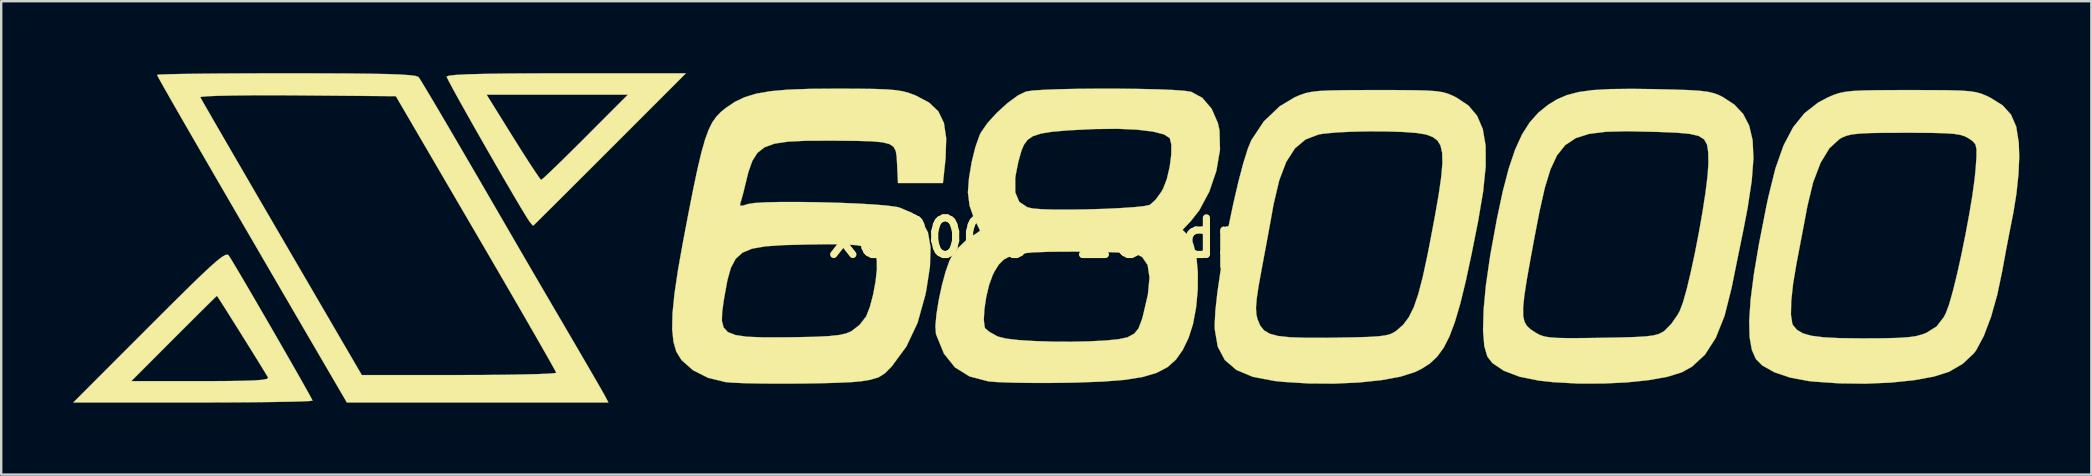
<source format=kicad_pcb>
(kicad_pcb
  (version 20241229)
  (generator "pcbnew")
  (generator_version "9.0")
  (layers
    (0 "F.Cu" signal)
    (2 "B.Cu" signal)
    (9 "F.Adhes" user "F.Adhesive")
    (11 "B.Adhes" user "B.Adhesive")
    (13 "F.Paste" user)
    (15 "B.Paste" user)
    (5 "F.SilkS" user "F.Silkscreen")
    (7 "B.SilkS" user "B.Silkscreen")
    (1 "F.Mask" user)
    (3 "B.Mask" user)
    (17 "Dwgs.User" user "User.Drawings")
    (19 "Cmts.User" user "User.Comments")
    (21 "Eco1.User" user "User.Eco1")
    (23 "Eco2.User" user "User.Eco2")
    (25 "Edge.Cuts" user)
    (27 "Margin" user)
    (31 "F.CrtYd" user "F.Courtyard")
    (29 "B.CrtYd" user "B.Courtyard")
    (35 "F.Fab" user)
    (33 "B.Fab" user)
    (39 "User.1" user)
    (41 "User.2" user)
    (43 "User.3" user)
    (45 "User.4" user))
  (footprint "x68000-200dpi"
    (layer "F.Cu")
    (at 40.58 6.863)
    (property "Reference" "x68000-200dpi" (at 0 0 0) (layer "F.SilkS") (effects (font (size 1.524 1.524) (thickness 0.3))))
    (attr through_hole)
    (fp_poly (pts (xy -18.224 -3.683) (xy -18.96 -2.948) (xy -19.636 -2.273) (xy -20.232 -1.678) (xy -20.729 -1.184) (xy -21.105 -0.811) (xy -21.34 -0.579) (xy -21.415 -0.508) (xy -21.494 -0.592) (xy -21.555 -0.667) (xy -21.678 -0.854) (xy -21.899 -1.217) (xy -22.197 -1.719) (xy -22.551 -2.325) (xy -22.942 -3) (xy -23.35 -3.709) (xy -23.754 -4.417) (xy -24.134 -5.089) (xy -24.471 -5.689) (xy -24.625 -5.969) (xy -23.354 -5.969) (xy -22.25 -4.193) (xy -21.877 -3.6) (xy -21.551 -3.091) (xy -21.293 -2.702) (xy -21.128 -2.467) (xy -21.08 -2.415) (xy -20.975 -2.5) (xy -20.719 -2.739) (xy -20.34 -3.103) (xy -19.868 -3.567) (xy -19.329 -4.102) (xy -19.241 -4.191) (xy -17.466 -5.969) (xy -20.41 -5.969) (xy -23.354 -5.969) (xy -24.625 -5.969) (xy -24.743 -6.183) (xy -24.932 -6.535) (xy -25.016 -6.71) (xy -25.019 -6.721) (xy -24.921 -6.759) (xy -24.623 -6.791) (xy -24.113 -6.817) (xy -23.385 -6.836) (xy -22.428 -6.849) (xy -21.234 -6.856) (xy -20.035 -6.858) (xy -15.051 -6.858) (xy -18.224 -3.683)) (stroke (width 0.01) (type solid)) (fill yes) (layer "F.SilkS"))
    (fp_poly (pts (xy -34.096 0.737) (xy -33.967 0.945) (xy -33.741 1.322) (xy -33.44 1.833) (xy -33.082 2.445) (xy -32.689 3.121) (xy -32.279 3.829) (xy -31.874 4.532) (xy -31.493 5.196) (xy -31.156 5.787) (xy -30.883 6.27) (xy -30.694 6.61) (xy -30.61 6.772) (xy -30.607 6.78) (xy -30.729 6.797) (xy -31.079 6.813) (xy -31.628 6.827) (xy -32.349 6.839) (xy -33.217 6.849) (xy -34.202 6.855) (xy -35.278 6.858) (xy -35.591 6.858) (xy -40.575 6.858) (xy -39.686 5.969) (xy -38.16 5.969) (xy -35.265 5.969) (xy -34.304 5.966) (xy -33.573 5.957) (xy -33.046 5.94) (xy -32.701 5.914) (xy -32.513 5.877) (xy -32.457 5.828) (xy -32.463 5.81) (xy -32.603 5.578) (xy -32.831 5.207) (xy -33.12 4.741) (xy -33.443 4.224) (xy -33.771 3.7) (xy -34.078 3.212) (xy -34.334 2.806) (xy -34.514 2.525) (xy -34.589 2.413) (xy -34.59 2.413) (xy -34.682 2.498) (xy -34.925 2.737) (xy -35.293 3.101) (xy -35.758 3.564) (xy -36.293 4.098) (xy -36.386 4.191) (xy -38.16 5.969) (xy -39.686 5.969) (xy -37.408 3.689) (xy -36.561 2.844) (xy -35.874 2.164) (xy -35.33 1.635) (xy -34.911 1.24) (xy -34.601 0.965) (xy -34.381 0.794) (xy -34.234 0.711) (xy -34.143 0.7) (xy -34.096 0.737)) (stroke (width 0.01) (type solid)) (fill yes) (layer "F.SilkS"))
    (fp_poly (pts (xy -30.319 -6.856) (xy -29.171 -6.851) (xy -28.241 -6.841) (xy -27.509 -6.827) (xy -26.958 -6.807) (xy -26.569 -6.781) (xy -26.323 -6.75) (xy -26.202 -6.711) (xy -26.189 -6.699) (xy -26.085 -6.541) (xy -25.863 -6.174) (xy -25.528 -5.612) (xy -25.089 -4.867) (xy -24.552 -3.951) (xy -23.926 -2.878) (xy -23.217 -1.658) (xy -22.432 -0.306) (xy -22.255 0) (xy -21.978 0.477) (xy -21.604 1.12) (xy -21.163 1.876) (xy -20.687 2.691) (xy -20.205 3.513) (xy -20.069 3.747) (xy -19.636 4.487) (xy -19.239 5.167) (xy -18.899 5.753) (xy -18.636 6.208) (xy -18.471 6.498) (xy -18.43 6.572) (xy -18.279 6.858) (xy -29.176 6.858) (xy -30.862 3.969) (xy -32.002 2.013) (xy -33.033 0.242) (xy -33.952 -1.338) (xy -34.758 -2.725) (xy -35.447 -3.916) (xy -36.019 -4.906) (xy -36.47 -5.692) (xy -36.568 -5.864) (xy -35.285 -5.864) (xy -35.215 -5.736) (xy -35.028 -5.41) (xy -34.738 -4.906) (xy -34.356 -4.246) (xy -33.894 -3.449) (xy -33.364 -2.537) (xy -32.779 -1.53) (xy -32.15 -0.45) (xy -31.899 -0.02) (xy -28.555 5.715) (xy -24.501 5.715) (xy -23.516 5.712) (xy -22.617 5.704) (xy -21.835 5.691) (xy -21.2 5.675) (xy -20.742 5.655) (xy -20.491 5.633) (xy -20.452 5.62) (xy -20.515 5.495) (xy -20.695 5.172) (xy -20.979 4.671) (xy -21.356 4.013) (xy -21.813 3.219) (xy -22.339 2.31) (xy -22.922 1.307) (xy -23.55 0.23) (xy -23.796 -0.191) (xy -27.135 -5.905) (xy -31.232 -5.939) (xy -32.22 -5.944) (xy -33.12 -5.942) (xy -33.903 -5.934) (xy -34.537 -5.921) (xy -34.995 -5.902) (xy -35.246 -5.88) (xy -35.285 -5.864) (xy -36.568 -5.864) (xy -36.8 -6.27) (xy -37.005 -6.637) (xy -37.083 -6.789) (xy -37.084 -6.792) (xy -36.961 -6.806) (xy -36.611 -6.819) (xy -36.059 -6.831) (xy -35.331 -6.841) (xy -34.453 -6.849) (xy -33.452 -6.854) (xy -32.354 -6.858) (xy -31.702 -6.858) (xy -30.319 -6.856)) (stroke (width 0.01) (type solid)) (fill yes) (layer "F.SilkS"))
    (fp_poly (pts (xy 25.254 -6.2) (xy 26.102 -6.181) (xy 26.738 -6.159) (xy 27.205 -6.129) (xy 27.546 -6.086) (xy 27.801 -6.025) (xy 28.015 -5.942) (xy 28.15 -5.874) (xy 28.638 -5.556) (xy 29.007 -5.164) (xy 29.26 -4.675) (xy 29.401 -4.065) (xy 29.435 -3.308) (xy 29.364 -2.38) (xy 29.194 -1.258) (xy 29.025 -0.38) (xy 28.881 0.328) (xy 28.735 1.042) (xy 28.607 1.676) (xy 28.522 2.095) (xy 28.233 3.243) (xy 27.867 4.162) (xy 27.416 4.865) (xy 26.871 5.368) (xy 26.442 5.604) (xy 25.856 5.786) (xy 25.074 5.926) (xy 24.151 6.022) (xy 23.142 6.07) (xy 22.101 6.068) (xy 21.083 6.011) (xy 20.514 5.95) (xy 19.699 5.788) (xy 19.035 5.537) (xy 18.557 5.215) (xy 18.348 4.946) (xy 18.22 4.509) (xy 18.168 3.852) (xy 18.191 3) (xy 18.2 2.903) (xy 19.838 2.903) (xy 19.84 3.244) (xy 19.892 3.488) (xy 19.992 3.665) (xy 20.143 3.805) (xy 20.343 3.939) (xy 20.355 3.946) (xy 20.519 4.037) (xy 20.703 4.102) (xy 20.946 4.145) (xy 21.29 4.169) (xy 21.777 4.178) (xy 22.447 4.173) (xy 23.073 4.164) (xy 23.903 4.149) (xy 24.518 4.13) (xy 24.959 4.103) (xy 25.267 4.064) (xy 25.481 4.007) (xy 25.64 3.929) (xy 25.737 3.863) (xy 26.012 3.583) (xy 26.283 3.193) (xy 26.368 3.037) (xy 26.502 2.679) (xy 26.659 2.12) (xy 26.828 1.412) (xy 27 0.607) (xy 27.165 -0.243) (xy 27.314 -1.089) (xy 27.435 -1.876) (xy 27.52 -2.555) (xy 27.558 -3.074) (xy 27.559 -3.154) (xy 27.55 -3.578) (xy 27.502 -3.889) (xy 27.379 -4.107) (xy 27.148 -4.25) (xy 26.774 -4.336) (xy 26.223 -4.385) (xy 25.461 -4.416) (xy 25.24 -4.422) (xy 24.164 -4.444) (xy 23.288 -4.422) (xy 22.585 -4.334) (xy 22.029 -4.157) (xy 21.592 -3.866) (xy 21.249 -3.438) (xy 20.974 -2.849) (xy 20.739 -2.077) (xy 20.519 -1.098) (xy 20.315 -0.044) (xy 20.124 0.991) (xy 19.98 1.807) (xy 19.885 2.434) (xy 19.838 2.903) (xy 18.2 2.903) (xy 18.287 1.974) (xy 18.457 0.799) (xy 18.493 0.588) (xy 18.746 -0.794) (xy 18.992 -1.949) (xy 19.242 -2.903) (xy 19.504 -3.68) (xy 19.791 -4.308) (xy 20.111 -4.813) (xy 20.474 -5.219) (xy 20.881 -5.547) (xy 21.259 -5.778) (xy 21.668 -5.952) (xy 22.145 -6.077) (xy 22.73 -6.158) (xy 23.461 -6.201) (xy 24.376 -6.211) (xy 25.254 -6.2)) (stroke (width 0.01) (type solid)) (fill yes) (layer "F.SilkS"))
    (fp_poly (pts (xy 14.622 -6.159) (xy 15.311 -6.153) (xy 15.823 -6.14) (xy 16.198 -6.114) (xy 16.476 -6.073) (xy 16.696 -6.013) (xy 16.895 -5.929) (xy 17.076 -5.839) (xy 17.562 -5.513) (xy 17.921 -5.086) (xy 18.157 -4.536) (xy 18.275 -3.84) (xy 18.278 -2.978) (xy 18.171 -1.928) (xy 17.966 -0.718) (xy 17.694 0.653) (xy 17.449 1.796) (xy 17.22 2.736) (xy 16.996 3.497) (xy 16.769 4.102) (xy 16.528 4.576) (xy 16.262 4.942) (xy 15.963 5.225) (xy 15.619 5.448) (xy 15.33 5.59) (xy 14.734 5.78) (xy 13.941 5.926) (xy 13.002 6.025) (xy 11.971 6.072) (xy 10.901 6.065) (xy 9.844 5.999) (xy 9.486 5.962) (xy 8.579 5.791) (xy 7.892 5.504) (xy 7.407 5.088) (xy 7.112 4.53) (xy 6.99 3.815) (xy 6.985 3.61) (xy 7.015 3.031) (xy 7.027 2.922) (xy 8.706 2.922) (xy 8.724 3.196) (xy 8.773 3.396) (xy 8.883 3.656) (xy 9.04 3.852) (xy 9.277 3.993) (xy 9.628 4.087) (xy 10.124 4.141) (xy 10.8 4.163) (xy 11.687 4.162) (xy 11.961 4.158) (xy 12.778 4.145) (xy 13.381 4.127) (xy 13.813 4.1) (xy 14.112 4.06) (xy 14.322 4.002) (xy 14.481 3.92) (xy 14.564 3.862) (xy 14.841 3.617) (xy 15.075 3.305) (xy 15.28 2.892) (xy 15.47 2.343) (xy 15.657 1.623) (xy 15.856 0.698) (xy 15.934 0.303) (xy 16.154 -0.86) (xy 16.319 -1.8) (xy 16.426 -2.544) (xy 16.475 -3.116) (xy 16.465 -3.543) (xy 16.396 -3.849) (xy 16.266 -4.06) (xy 16.075 -4.202) (xy 15.822 -4.299) (xy 15.778 -4.312) (xy 15.414 -4.371) (xy 14.862 -4.413) (xy 14.185 -4.435) (xy 13.448 -4.44) (xy 12.715 -4.426) (xy 12.052 -4.394) (xy 11.522 -4.343) (xy 11.312 -4.308) (xy 10.774 -4.104) (xy 10.33 -3.731) (xy 9.968 -3.17) (xy 9.675 -2.401) (xy 9.44 -1.405) (xy 9.404 -1.206) (xy 9.318 -0.725) (xy 9.2 -0.08) (xy 9.066 0.643) (xy 8.939 1.321) (xy 8.81 2.035) (xy 8.734 2.552) (xy 8.706 2.922) (xy 7.027 2.922) (xy 7.097 2.281) (xy 7.224 1.41) (xy 7.384 0.464) (xy 7.569 -0.509) (xy 7.769 -1.46) (xy 7.975 -2.344) (xy 8.177 -3.112) (xy 8.366 -3.716) (xy 8.512 -4.07) (xy 9.032 -4.853) (xy 9.696 -5.486) (xy 10.32 -5.859) (xy 10.552 -5.958) (xy 10.776 -6.033) (xy 11.03 -6.087) (xy 11.354 -6.123) (xy 11.789 -6.144) (xy 12.374 -6.155) (xy 13.15 -6.159) (xy 13.719 -6.16) (xy 14.622 -6.159)) (stroke (width 0.01) (type solid)) (fill yes) (layer "F.SilkS"))
    (fp_poly (pts (xy 36.844 -6.158) (xy 37.533 -6.153) (xy 38.046 -6.139) (xy 38.423 -6.113) (xy 38.703 -6.072) (xy 38.926 -6.011) (xy 39.131 -5.927) (xy 39.306 -5.842) (xy 39.816 -5.525) (xy 40.168 -5.137) (xy 40.386 -4.634) (xy 40.491 -3.966) (xy 40.511 -3.385) (xy 40.48 -2.668) (xy 40.394 -1.847) (xy 40.268 -1.061) (xy 40.253 -0.987) (xy 40.115 -0.291) (xy 39.97 0.462) (xy 39.845 1.141) (xy 39.809 1.344) (xy 39.594 2.372) (xy 39.332 3.299) (xy 39.037 4.079) (xy 38.725 4.665) (xy 38.626 4.803) (xy 38.158 5.245) (xy 37.582 5.58) (xy 36.951 5.779) (xy 36.124 5.93) (xy 35.155 6.03) (xy 34.097 6.075) (xy 33.005 6.061) (xy 31.933 5.986) (xy 31.731 5.964) (xy 30.968 5.822) (xy 30.307 5.599) (xy 29.801 5.315) (xy 29.535 5.046) (xy 29.369 4.668) (xy 29.276 4.142) (xy 29.258 3.452) (xy 29.275 3.204) (xy 30.998 3.204) (xy 31.054 3.572) (xy 31.088 3.644) (xy 31.255 3.836) (xy 31.499 3.979) (xy 31.855 4.079) (xy 32.359 4.143) (xy 33.043 4.177) (xy 33.943 4.187) (xy 34.036 4.187) (xy 34.852 4.183) (xy 35.46 4.167) (xy 35.906 4.136) (xy 36.235 4.087) (xy 36.494 4.014) (xy 36.653 3.949) (xy 37.065 3.692) (xy 37.361 3.311) (xy 37.455 3.133) (xy 37.587 2.777) (xy 37.745 2.221) (xy 37.919 1.515) (xy 38.098 0.71) (xy 38.271 -0.143) (xy 38.429 -0.993) (xy 38.561 -1.789) (xy 38.655 -2.481) (xy 38.694 -2.875) (xy 38.729 -3.385) (xy 38.73 -3.705) (xy 38.684 -3.898) (xy 38.577 -4.027) (xy 38.409 -4.145) (xy 38.252 -4.23) (xy 38.056 -4.293) (xy 37.781 -4.336) (xy 37.387 -4.362) (xy 36.834 -4.376) (xy 36.081 -4.381) (xy 35.756 -4.381) (xy 34.925 -4.379) (xy 34.307 -4.369) (xy 33.86 -4.348) (xy 33.541 -4.312) (xy 33.309 -4.256) (xy 33.123 -4.178) (xy 33.027 -4.124) (xy 32.605 -3.742) (xy 32.233 -3.131) (xy 31.921 -2.315) (xy 31.685 -1.333) (xy 31.558 -0.659) (xy 31.409 0.124) (xy 31.266 0.873) (xy 31.23 1.061) (xy 31.087 1.913) (xy 31.009 2.639) (xy 30.998 3.204) (xy 29.275 3.204) (xy 29.316 2.586) (xy 29.451 1.527) (xy 29.664 0.261) (xy 29.956 -1.227) (xy 30.058 -1.714) (xy 30.352 -2.896) (xy 30.69 -3.853) (xy 31.089 -4.611) (xy 31.565 -5.199) (xy 32.135 -5.642) (xy 32.545 -5.859) (xy 32.777 -5.958) (xy 33.001 -6.033) (xy 33.255 -6.087) (xy 33.58 -6.123) (xy 34.015 -6.144) (xy 34.601 -6.155) (xy 35.377 -6.159) (xy 35.941 -6.16) (xy 36.844 -6.158)) (stroke (width 0.01) (type solid)) (fill yes) (layer "F.SilkS"))
    (fp_poly (pts (xy -7.887 -6.216) (xy -7.203 -6.207) (xy -6.69 -6.188) (xy -6.305 -6.156) (xy -6.007 -6.108) (xy -5.755 -6.039) (xy -5.506 -5.947) (xy -5.473 -5.933) (xy -4.917 -5.641) (xy -4.53 -5.272) (xy -4.297 -4.788) (xy -4.202 -4.152) (xy -4.228 -3.329) (xy -4.249 -3.119) (xy -4.338 -2.286) (xy -5.275 -2.286) (xy -6.211 -2.286) (xy -6.249 -3.075) (xy -6.266 -3.389) (xy -6.305 -3.626) (xy -6.397 -3.797) (xy -6.574 -3.913) (xy -6.869 -3.985) (xy -7.312 -4.025) (xy -7.937 -4.043) (xy -8.774 -4.05) (xy -9.061 -4.051) (xy -10.036 -4.048) (xy -10.79 -4.012) (xy -11.359 -3.927) (xy -11.774 -3.775) (xy -12.071 -3.541) (xy -12.283 -3.205) (xy -12.443 -2.752) (xy -12.562 -2.27) (xy -12.658 -1.874) (xy -12.746 -1.56) (xy -12.772 -1.484) (xy -12.797 -1.352) (xy -12.684 -1.341) (xy -12.462 -1.41) (xy -12.197 -1.454) (xy -11.725 -1.482) (xy -11.096 -1.496) (xy -10.355 -1.497) (xy -9.553 -1.486) (xy -8.735 -1.465) (xy -7.949 -1.434) (xy -7.244 -1.394) (xy -6.666 -1.346) (xy -6.265 -1.292) (xy -6.16 -1.268) (xy -5.608 -1.035) (xy -5.211 -0.696) (xy -4.962 -0.227) (xy -4.854 0.395) (xy -4.879 1.191) (xy -5.032 2.185) (xy -5.071 2.375) (xy -5.396 3.542) (xy -5.861 4.526) (xy -6.474 5.358) (xy -6.754 5.641) (xy -7.022 5.81) (xy -7.374 5.913) (xy -7.747 5.974) (xy -8.134 6.009) (xy -8.717 6.036) (xy -9.439 6.057) (xy -10.241 6.069) (xy -11.066 6.073) (xy -11.857 6.069) (xy -12.555 6.056) (xy -13.104 6.033) (xy -13.399 6.008) (xy -14.129 5.829) (xy -14.759 5.511) (xy -15.234 5.089) (xy -15.45 4.736) (xy -15.567 4.33) (xy -15.62 3.811) (xy -15.613 3.452) (xy -13.55 3.452) (xy -13.48 3.73) (xy -13.301 3.924) (xy -12.987 4.048) (xy -12.511 4.118) (xy -11.846 4.145) (xy -10.966 4.144) (xy -10.477 4.138) (xy -9.679 4.121) (xy -9.091 4.092) (xy -8.67 4.047) (xy -8.371 3.981) (xy -8.162 3.895) (xy -7.812 3.625) (xy -7.54 3.275) (xy -7.536 3.268) (xy -7.383 2.878) (xy -7.248 2.367) (xy -7.146 1.816) (xy -7.09 1.307) (xy -7.094 0.92) (xy -7.12 0.804) (xy -7.217 0.61) (xy -7.364 0.466) (xy -7.594 0.366) (xy -7.941 0.303) (xy -8.44 0.271) (xy -9.125 0.264) (xy -10.018 0.276) (xy -10.984 0.301) (xy -11.729 0.351) (xy -12.288 0.448) (xy -12.692 0.614) (xy -12.976 0.873) (xy -13.174 1.246) (xy -13.318 1.757) (xy -13.441 2.427) (xy -13.469 2.595) (xy -13.537 3.079) (xy -13.55 3.452) (xy -15.613 3.452) (xy -15.607 3.153) (xy -15.525 2.328) (xy -15.374 1.31) (xy -15.181 0.229) (xy -14.941 -1.034) (xy -14.736 -2.072) (xy -14.557 -2.913) (xy -14.398 -3.581) (xy -14.249 -4.102) (xy -14.102 -4.504) (xy -13.95 -4.811) (xy -13.783 -5.049) (xy -13.593 -5.246) (xy -13.389 -5.413) (xy -13.01 -5.668) (xy -12.596 -5.865) (xy -12.11 -6.012) (xy -11.516 -6.114) (xy -10.777 -6.179) (xy -9.857 -6.211) (xy -8.783 -6.219) (xy -7.887 -6.216)) (stroke (width 0.01) (type solid)) (fill yes) (layer "F.SilkS"))
    (fp_poly (pts (xy 2.986 -6.218) (xy 3.82 -6.208) (xy 4.585 -6.191) (xy 5.235 -6.165) (xy 5.724 -6.13) (xy 6.003 -6.089) (xy 6.473 -5.834) (xy 6.858 -5.382) (xy 7.119 -4.786) (xy 7.185 -4.486) (xy 7.207 -3.677) (xy 7.056 -2.795) (xy 6.758 -1.922) (xy 6.34 -1.143) (xy 5.992 -0.701) (xy 5.646 -0.335) (xy 5.914 -0.067) (xy 6.101 0.266) (xy 6.224 0.786) (xy 6.283 1.438) (xy 6.279 2.161) (xy 6.211 2.9) (xy 6.081 3.596) (xy 5.896 4.17) (xy 5.655 4.668) (xy 5.374 5.069) (xy 5.022 5.383) (xy 4.571 5.621) (xy 3.992 5.794) (xy 3.256 5.913) (xy 2.332 5.987) (xy 1.193 6.029) (xy 0.826 6.036) (xy -0.008 6.045) (xy -0.805 6.042) (xy -1.512 6.03) (xy -2.074 6.008) (xy -2.439 5.979) (xy -2.446 5.978) (xy -3.229 5.773) (xy -3.84 5.394) (xy -4.296 4.823) (xy -4.614 4.046) (xy -4.631 3.986) (xy -4.652 3.667) (xy -4.629 3.413) (xy -2.636 3.413) (xy -2.599 3.719) (xy -2.573 3.773) (xy -2.393 3.922) (xy -2.087 4.091) (xy -2.028 4.117) (xy -1.707 4.196) (xy -1.189 4.257) (xy -0.528 4.298) (xy 0.221 4.322) (xy 1.001 4.326) (xy 1.758 4.311) (xy 2.435 4.276) (xy 2.979 4.222) (xy 3.333 4.148) (xy 3.363 4.137) (xy 3.635 3.988) (xy 3.811 3.772) (xy 3.951 3.407) (xy 3.988 3.279) (xy 4.202 2.364) (xy 4.27 1.651) (xy 4.191 1.13) (xy 3.963 0.796) (xy 3.705 0.667) (xy 3.47 0.636) (xy 3.03 0.609) (xy 2.433 0.588) (xy 1.727 0.575) (xy 1.079 0.572) (xy 0.141 0.577) (xy -0.579 0.603) (xy -1.118 0.657) (xy -1.511 0.752) (xy -1.796 0.898) (xy -2.007 1.106) (xy -2.182 1.385) (xy -2.266 1.552) (xy -2.414 1.958) (xy -2.533 2.456) (xy -2.61 2.966) (xy -2.636 3.413) (xy -4.629 3.413) (xy -4.608 3.179) (xy -4.513 2.592) (xy -4.382 1.98) (xy -4.229 1.412) (xy -4.07 0.963) (xy -3.992 0.805) (xy -3.702 0.414) (xy -3.349 0.077) (xy -3.24 0.001) (xy -2.963 -0.176) (xy -2.807 -0.287) (xy -2.794 -0.301) (xy -2.846 -0.419) (xy -2.977 -0.685) (xy -3.048 -0.826) (xy -3.229 -1.346) (xy -3.298 -1.9) (xy -3.254 -2.474) (xy -1.326 -2.474) (xy -1.323 -1.894) (xy -1.157 -1.5) (xy -0.817 -1.276) (xy -0.602 -1.227) (xy -0.224 -1.195) (xy 0.316 -1.179) (xy 0.966 -1.178) (xy 1.674 -1.189) (xy 2.388 -1.21) (xy 3.058 -1.242) (xy 3.631 -1.281) (xy 4.056 -1.326) (xy 4.281 -1.376) (xy 4.286 -1.378) (xy 4.518 -1.585) (xy 4.762 -1.92) (xy 4.84 -2.059) (xy 4.995 -2.465) (xy 5.11 -2.96) (xy 5.175 -3.46) (xy 5.18 -3.886) (xy 5.114 -4.154) (xy 5.111 -4.159) (xy 4.873 -4.313) (xy 4.413 -4.43) (xy 3.762 -4.509) (xy 2.951 -4.546) (xy 2.009 -4.536) (xy 1.778 -4.527) (xy 0.896 -4.482) (xy 0.232 -4.426) (xy -0.25 -4.349) (xy -0.586 -4.24) (xy -0.812 -4.086) (xy -0.964 -3.878) (xy -1.062 -3.648) (xy -1.196 -3.176) (xy -1.303 -2.641) (xy -1.326 -2.474) (xy -3.254 -2.474) (xy -3.253 -2.491) (xy -3.142 -3.153) (xy -2.986 -3.785) (xy -2.807 -4.289) (xy -2.762 -4.381) (xy -2.489 -4.778) (xy -2.096 -5.21) (xy -1.649 -5.616) (xy -1.217 -5.934) (xy -0.884 -6.097) (xy -0.605 -6.139) (xy -0.118 -6.172) (xy 0.531 -6.196) (xy 1.295 -6.212) (xy 2.129 -6.219) (xy 2.986 -6.218)) (stroke (width 0.01) (type solid)) (fill yes) (layer "F.SilkS")))
  (gr_rect
    (start -3 -3)
    (end 84.096 16.726)
    (stroke (width 0.1) (type default))
    (fill no)
    (layer "Edge.Cuts")))
</source>
